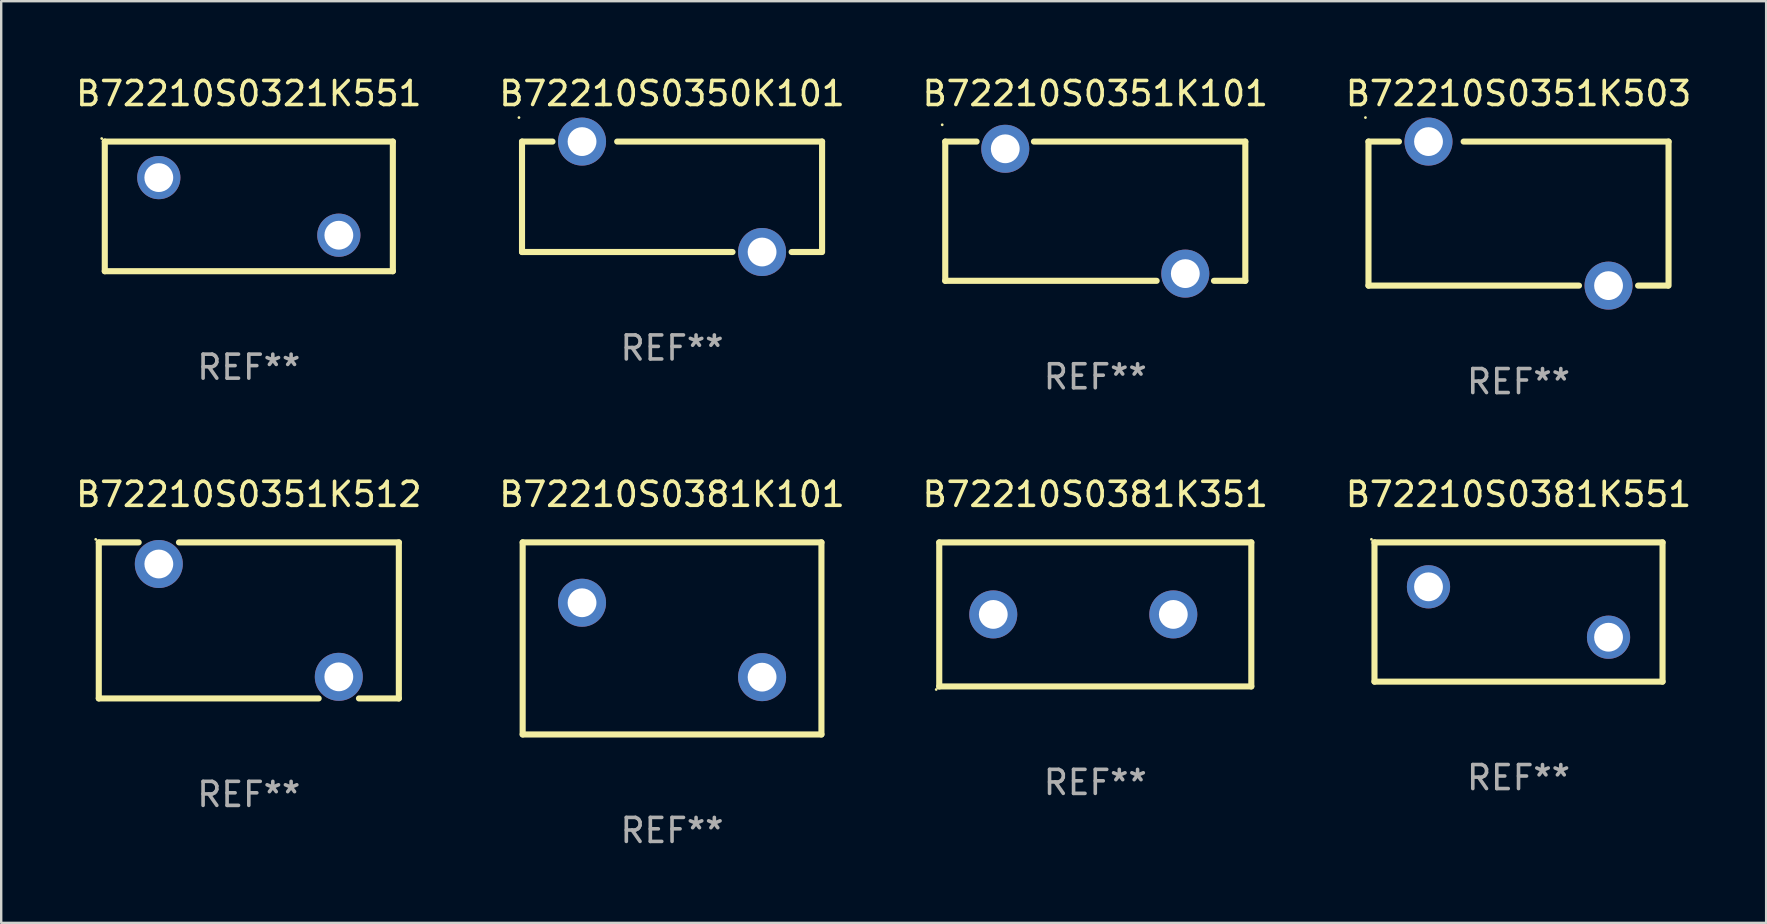
<source format=kicad_pcb>
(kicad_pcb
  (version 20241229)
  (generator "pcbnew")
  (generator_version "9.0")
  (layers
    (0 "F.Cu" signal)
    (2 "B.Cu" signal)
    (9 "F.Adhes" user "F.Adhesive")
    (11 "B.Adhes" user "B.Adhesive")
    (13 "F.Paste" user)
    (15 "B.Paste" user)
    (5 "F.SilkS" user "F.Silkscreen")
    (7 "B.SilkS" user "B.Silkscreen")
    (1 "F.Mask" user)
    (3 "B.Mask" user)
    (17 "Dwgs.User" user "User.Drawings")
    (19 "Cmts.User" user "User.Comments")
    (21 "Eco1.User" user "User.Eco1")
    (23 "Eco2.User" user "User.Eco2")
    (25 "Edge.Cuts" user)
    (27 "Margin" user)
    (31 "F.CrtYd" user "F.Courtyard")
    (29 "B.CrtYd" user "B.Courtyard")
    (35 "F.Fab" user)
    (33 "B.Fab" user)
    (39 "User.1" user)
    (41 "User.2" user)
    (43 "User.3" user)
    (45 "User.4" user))
  (footprint "B72210S0381K351"
    (layer "F.Cu")
    (at 42.577 22.545)
    (property "Reference" "B72210S0381K351" (at 0 -5 0) (layer "F.SilkS") (effects (font (size 1 1) (thickness 0.15))))
    (attr through_hole)
    (fp_line (start -6.5 -3) (end -6.5 3) (stroke (width 0.254) (type solid)) (layer "F.SilkS"))
    (fp_line (start -6.5 -3) (end 6.5 -3) (stroke (width 0.254) (type solid)) (layer "F.SilkS"))
    (fp_line (start -6.5 3) (end 6.5 3) (stroke (width 0.254) (type solid)) (layer "F.SilkS"))
    (fp_line (start 6.5 -3) (end 6.5 3) (stroke (width 0.254) (type solid)) (layer "F.SilkS"))
    (fp_circle (center -6.627 3.127) (end -6.597 3.127) (stroke (width 0.06) (type solid)) (fill no) (layer "F.SilkS"))
    (fp_text user "REF**" (at 0 7 0) (layer "F.Fab") (effects (font (size 1 1) (thickness 0.15))))
    (pad "1" thru_hole circle (at -4.25 0) (size 2 2) (drill 1.2) (layers "*.Cu" "*.Mask"))
    (pad "2" thru_hole circle (at 3.25 0) (size 2 2) (drill 1.2) (layers "*.Cu" "*.Mask")))
  (footprint "B72210S0350K101"
    (layer "F.Cu")
    (at 24.946 5.148)
    (property "Reference" "B72210S0350K101" (at 0 -4.3 0) (layer "F.SilkS") (effects (font (size 1 1) (thickness 0.15))))
    (attr through_hole)
    (fp_line (start -6.25 -2.3) (end -6.25 2.3) (stroke (width 0.254) (type solid)) (layer "F.SilkS"))
    (fp_line (start -6.25 -2.3) (end -4.981 -2.3) (stroke (width 0.254) (type solid)) (layer "F.SilkS"))
    (fp_line (start -6.25 2.3) (end 2.519 2.3) (stroke (width 0.254) (type solid)) (layer "F.SilkS"))
    (fp_line (start 4.981 2.3) (end 6.223 2.3) (stroke (width 0.254) (type solid)) (layer "F.SilkS"))
    (fp_line (start 6.25 -2.3) (end -2.286 -2.3) (stroke (width 0.254) (type solid)) (layer "F.SilkS"))
    (fp_line (start 6.25 -2.3) (end 6.25 2.3) (stroke (width 0.254) (type solid)) (layer "F.SilkS"))
    (fp_circle (center -6.377 -3.3) (end -6.347 -3.3) (stroke (width 0.06) (type solid)) (fill no) (layer "F.SilkS"))
    (fp_text user "REF**" (at 0 6.3 0) (layer "F.Fab") (effects (font (size 1 1) (thickness 0.15))))
    (pad "1" thru_hole circle (at -3.75 -2.3) (size 2 2) (drill 1.2) (layers "*.Cu" "*.Mask"))
    (pad "2" thru_hole circle (at 3.75 2.3) (size 2 2) (drill 1.2) (layers "*.Cu" "*.Mask")))
  (footprint "B72210S0351K512"
    (layer "F.Cu")
    (at 7.315 22.795)
    (property "Reference" "B72210S0351K512" (at 0 -5.25 0) (layer "F.SilkS") (effects (font (size 1 1) (thickness 0.15))))
    (attr through_hole)
    (fp_line (start -6.25 -3.25) (end -4.588 -3.25) (stroke (width 0.254) (type solid)) (layer "F.SilkS"))
    (fp_line (start -6.25 3.25) (end -6.25 -3.25) (stroke (width 0.254) (type solid)) (layer "F.SilkS"))
    (fp_line (start -2.91 -3.25) (end 6.25 -3.25) (stroke (width 0.254) (type solid)) (layer "F.SilkS"))
    (fp_line (start 2.91 3.25) (end -6.25 3.25) (stroke (width 0.254) (type solid)) (layer "F.SilkS"))
    (fp_line (start 6.25 -3.25) (end 6.25 3.25) (stroke (width 0.254) (type solid)) (layer "F.SilkS"))
    (fp_line (start 6.25 3.25) (end 4.588 3.25) (stroke (width 0.254) (type solid)) (layer "F.SilkS"))
    (fp_circle (center -6.377 -3.377) (end -6.347 -3.377) (stroke (width 0.06) (type solid)) (fill no) (layer "F.SilkS"))
    (fp_text user "REF**" (at 0 7.25 0) (layer "F.Fab") (effects (font (size 1 1) (thickness 0.15))))
    (pad "1" thru_hole circle (at -3.749 -2.35) (size 2 2) (drill 1.2) (layers "*.Cu" "*.Mask"))
    (pad "2" thru_hole circle (at 3.749 2.35) (size 2 2) (drill 1.2) (layers "*.Cu" "*.Mask")))
  (footprint "B72210S0381K551"
    (layer "F.Cu")
    (at 60.208 22.445)
    (property "Reference" "B72210S0381K551" (at 0 -4.9 0) (layer "F.SilkS") (effects (font (size 1 1) (thickness 0.15))))
    (attr through_hole)
    (fp_line (start -6 -2.9) (end 6 -2.9) (stroke (width 0.254) (type solid)) (layer "F.SilkS"))
    (fp_line (start -6 2.9) (end -6 -2.9) (stroke (width 0.254) (type solid)) (layer "F.SilkS"))
    (fp_line (start 6 -2.9) (end 6 2.9) (stroke (width 0.254) (type solid)) (layer "F.SilkS"))
    (fp_line (start 6 2.9) (end -6 2.9) (stroke (width 0.254) (type solid)) (layer "F.SilkS"))
    (fp_circle (center -6.127 -3.027) (end -6.097 -3.027) (stroke (width 0.06) (type solid)) (fill no) (layer "F.SilkS"))
    (fp_text user "REF**" (at 0 6.9 0) (layer "F.Fab") (effects (font (size 1 1) (thickness 0.15))))
    (pad "1" thru_hole circle (at -3.75 -1.05) (size 1.8 1.8) (drill 1.2) (layers "*.Cu" "*.Mask"))
    (pad "2" thru_hole circle (at 3.75 1.05) (size 1.8 1.8) (drill 1.2) (layers "*.Cu" "*.Mask")))
  (footprint "B72210S0321K551"
    (layer "F.Cu")
    (at 7.315 5.548)
    (property "Reference" "B72210S0321K551" (at 0 -4.7 0) (layer "F.SilkS") (effects (font (size 1 1) (thickness 0.15))))
    (attr through_hole)
    (fp_line (start -6 -2.7) (end 6 -2.7) (stroke (width 0.254) (type solid)) (layer "F.SilkS"))
    (fp_line (start -6 2.7) (end -6 -2.7) (stroke (width 0.254) (type solid)) (layer "F.SilkS"))
    (fp_line (start 6 -2.7) (end 6 2.7) (stroke (width 0.254) (type solid)) (layer "F.SilkS"))
    (fp_line (start 6 2.7) (end -6 2.7) (stroke (width 0.254) (type solid)) (layer "F.SilkS"))
    (fp_circle (center -6.127 -2.827) (end -6.097 -2.827) (stroke (width 0.06) (type solid)) (fill no) (layer "F.SilkS"))
    (fp_text user "REF**" (at 0 6.7 0) (layer "F.Fab") (effects (font (size 1 1) (thickness 0.15))))
    (pad "1" thru_hole circle (at -3.75 -1.2) (size 1.8 1.8) (drill 1.2) (layers "*.Cu" "*.Mask"))
    (pad "2" thru_hole circle (at 3.75 1.2) (size 1.8 1.8) (drill 1.2) (layers "*.Cu" "*.Mask")))
  (footprint "B72210S0381K101"
    (layer "F.Cu")
    (at 24.946 23.545)
    (property "Reference" "B72210S0381K101" (at 0 -6.001 0) (layer "F.SilkS") (effects (font (size 1 1) (thickness 0.15))))
    (attr through_hole)
    (fp_line (start -6.223 -4.001) (end 6.223 -4.001) (stroke (width 0.254) (type solid)) (layer "F.SilkS"))
    (fp_line (start -6.223 4.001) (end -6.223 -4.001) (stroke (width 0.254) (type solid)) (layer "F.SilkS"))
    (fp_line (start 6.223 -4.001) (end 6.223 4.001) (stroke (width 0.254) (type solid)) (layer "F.SilkS"))
    (fp_line (start 6.223 4.001) (end -6.223 4.001) (stroke (width 0.254) (type solid)) (layer "F.SilkS"))
    (fp_circle (center -6.25 -3.937) (end -6.22 -3.937) (stroke (width 0.06) (type solid)) (fill no) (layer "F.SilkS"))
    (fp_text user "REF**" (at 0 8.001 0) (layer "F.Fab") (effects (font (size 1 1) (thickness 0.15))))
    (pad "1" thru_hole circle (at -3.75 -1.486) (size 2 2) (drill 1.2) (layers "*.Cu" "*.Mask"))
    (pad "2" thru_hole circle (at 3.75 1.613) (size 2 2) (drill 1.2) (layers "*.Cu" "*.Mask")))
  (footprint "B72210S0351K101"
    (layer "F.Cu")
    (at 42.577 5.748)
    (property "Reference" "B72210S0351K101" (at 0 -4.9 0) (layer "F.SilkS") (effects (font (size 1 1) (thickness 0.15))))
    (attr through_hole)
    (fp_line (start -6.25 -2.9) (end -6.25 2.9) (stroke (width 0.254) (type solid)) (layer "F.SilkS"))
    (fp_line (start -6.25 -2.9) (end -4.944 -2.9) (stroke (width 0.254) (type solid)) (layer "F.SilkS"))
    (fp_line (start -6.25 2.9) (end 2.556 2.9) (stroke (width 0.254) (type solid)) (layer "F.SilkS"))
    (fp_line (start -2.556 -2.9) (end 6.25 -2.9) (stroke (width 0.254) (type solid)) (layer "F.SilkS"))
    (fp_line (start 4.944 2.9) (end 6.25 2.9) (stroke (width 0.254) (type solid)) (layer "F.SilkS"))
    (fp_line (start 6.25 -2.9) (end 6.25 2.9) (stroke (width 0.254) (type solid)) (layer "F.SilkS"))
    (fp_circle (center -6.377 -3.6) (end -6.347 -3.6) (stroke (width 0.06) (type solid)) (fill no) (layer "F.SilkS"))
    (fp_text user "REF**" (at 0 6.9 0) (layer "F.Fab") (effects (font (size 1 1) (thickness 0.15))))
    (pad "1" thru_hole circle (at -3.75 -2.6) (size 2 2) (drill 1.2) (layers "*.Cu" "*.Mask"))
    (pad "2" thru_hole circle (at 3.75 2.6) (size 2 2) (drill 1.2) (layers "*.Cu" "*.Mask")))
  (footprint "B72210S0351K503"
    (layer "F.Cu")
    (at 60.208 5.848)
    (property "Reference" "B72210S0351K503" (at 0 -5 0) (layer "F.SilkS") (effects (font (size 1 1) (thickness 0.15))))
    (attr through_hole)
    (fp_line (start -6.25 -3) (end -6.25 3) (stroke (width 0.254) (type solid)) (layer "F.SilkS"))
    (fp_line (start -6.25 -3) (end -4.981 -3) (stroke (width 0.254) (type solid)) (layer "F.SilkS"))
    (fp_line (start -6.25 3) (end 2.519 3) (stroke (width 0.254) (type solid)) (layer "F.SilkS"))
    (fp_line (start 4.981 3) (end 6.223 3) (stroke (width 0.254) (type solid)) (layer "F.SilkS"))
    (fp_line (start 6.25 -3) (end -2.286 -3) (stroke (width 0.254) (type solid)) (layer "F.SilkS"))
    (fp_line (start 6.25 -3) (end 6.25 3) (stroke (width 0.254) (type solid)) (layer "F.SilkS"))
    (fp_circle (center -6.377 -4) (end -6.347 -4) (stroke (width 0.06) (type solid)) (fill no) (layer "F.SilkS"))
    (fp_text user "REF**" (at 0 7 0) (layer "F.Fab") (effects (font (size 1 1) (thickness 0.15))))
    (pad "1" thru_hole circle (at -3.75 -3) (size 2 2) (drill 1.2) (layers "*.Cu" "*.Mask"))
    (pad "2" thru_hole circle (at 3.75 3) (size 2 2) (drill 1.2) (layers "*.Cu" "*.Mask")))
  (gr_rect
    (start -3 -3)
    (end 70.524 35.394)
    (stroke (width 0.1) (type default))
    (fill no)
    (layer "Edge.Cuts")))
</source>
